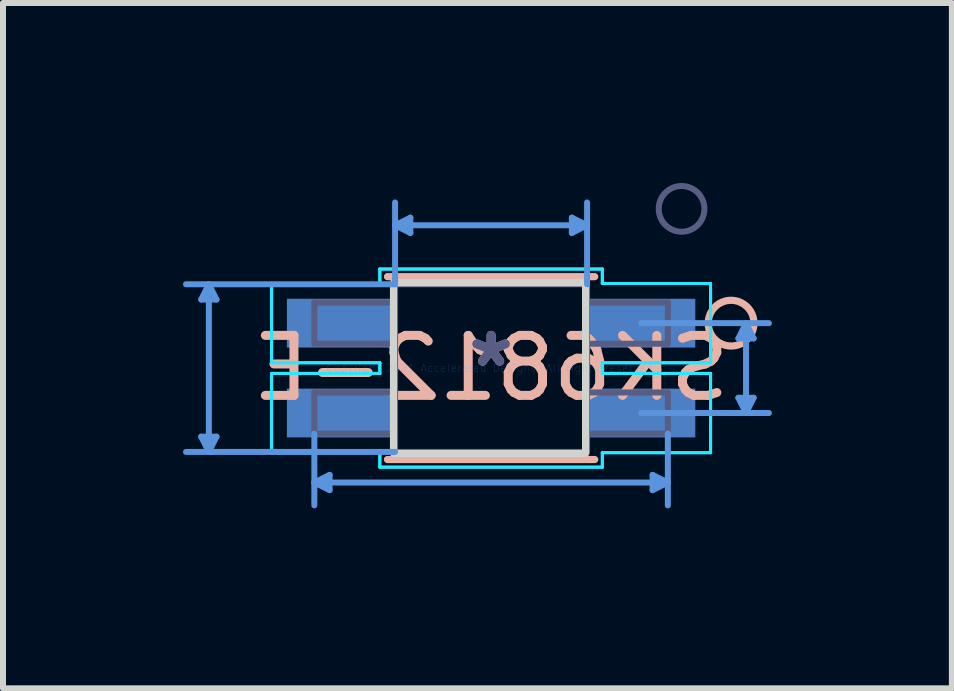
<source format=kicad_pcb>
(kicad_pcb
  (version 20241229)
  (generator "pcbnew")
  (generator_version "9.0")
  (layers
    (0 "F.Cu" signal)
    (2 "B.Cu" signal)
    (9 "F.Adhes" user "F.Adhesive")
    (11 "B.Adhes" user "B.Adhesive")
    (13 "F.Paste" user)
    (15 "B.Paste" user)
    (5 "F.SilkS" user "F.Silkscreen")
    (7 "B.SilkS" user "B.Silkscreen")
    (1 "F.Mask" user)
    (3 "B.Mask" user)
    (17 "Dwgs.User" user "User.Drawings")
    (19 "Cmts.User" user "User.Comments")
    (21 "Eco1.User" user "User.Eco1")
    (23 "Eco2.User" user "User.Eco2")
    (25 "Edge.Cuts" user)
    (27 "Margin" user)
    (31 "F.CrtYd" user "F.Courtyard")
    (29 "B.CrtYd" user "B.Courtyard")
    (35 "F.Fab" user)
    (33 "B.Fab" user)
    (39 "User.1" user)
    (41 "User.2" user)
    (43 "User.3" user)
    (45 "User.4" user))
  (footprint "SK6812-E"
    (layer "F.Cu")
    (at 5.135 3.085)
    (property "Reference" "SK6812-E" (at 0 0 0) (layer "B.SilkS") (effects (font (size 1 1) (thickness 0.15)) (justify mirror)))
    (attr through_hole)
    (fp_line (start -1.727 1.524) (end 1.727 1.524) (stroke (width 0.12) (type solid)) (layer "B.SilkS"))
    (fp_line (start 1.727 -1.524) (end -1.727 -1.524) (stroke (width 0.12) (type solid)) (layer "B.SilkS"))
    (fp_circle (center 4 -0.749) (end 4.381 -0.749) (stroke (width 0.12) (type solid)) (fill no) (layer "B.SilkS"))
    (fp_line (start -4.831 -1.143) (end -4.704 -1.397) (stroke (width 0.1) (type solid)) (layer "Cmts.User"))
    (fp_line (start -4.831 1.143) (end -4.704 1.397) (stroke (width 0.1) (type solid)) (layer "Cmts.User"))
    (fp_line (start -4.831 1.143) (end -4.577 1.143) (stroke (width 0.1) (type solid)) (layer "Cmts.User"))
    (fp_line (start -4.704 -1.397) (end -4.704 1.397) (stroke (width 0.1) (type solid)) (layer "Cmts.User"))
    (fp_line (start -4.577 -1.143) (end -4.831 -1.143) (stroke (width 0.1) (type solid)) (layer "Cmts.User"))
    (fp_line (start -4.577 -1.143) (end -4.704 -1.397) (stroke (width 0.1) (type solid)) (layer "Cmts.User"))
    (fp_line (start -4.577 1.143) (end -4.704 1.397) (stroke (width 0.1) (type solid)) (layer "Cmts.User"))
    (fp_line (start -2.946 1.092) (end -2.946 2.288) (stroke (width 0.1) (type solid)) (layer "Cmts.User"))
    (fp_line (start -2.692 1.78) (end -2.946 1.907) (stroke (width 0.1) (type solid)) (layer "Cmts.User"))
    (fp_line (start -2.692 1.78) (end -2.692 2.034) (stroke (width 0.1) (type solid)) (layer "Cmts.User"))
    (fp_line (start -2.692 2.034) (end -2.946 1.907) (stroke (width 0.1) (type solid)) (layer "Cmts.User"))
    (fp_line (start -1.6 -1.397) (end -5.085 -1.397) (stroke (width 0.1) (type solid)) (layer "Cmts.User"))
    (fp_line (start -1.6 -1.397) (end -1.6 -2.761) (stroke (width 0.1) (type solid)) (layer "Cmts.User"))
    (fp_line (start -1.6 1.397) (end -5.085 1.397) (stroke (width 0.1) (type solid)) (layer "Cmts.User"))
    (fp_line (start -1.346 -2.507) (end -1.6 -2.38) (stroke (width 0.1) (type solid)) (layer "Cmts.User"))
    (fp_line (start -1.346 -2.507) (end -1.346 -2.253) (stroke (width 0.1) (type solid)) (layer "Cmts.User"))
    (fp_line (start -1.346 -2.253) (end -1.6 -2.38) (stroke (width 0.1) (type solid)) (layer "Cmts.User"))
    (fp_line (start 1.346 -2.507) (end 1.6 -2.38) (stroke (width 0.1) (type solid)) (layer "Cmts.User"))
    (fp_line (start 1.346 -2.253) (end 1.346 -2.507) (stroke (width 0.1) (type solid)) (layer "Cmts.User"))
    (fp_line (start 1.346 -2.253) (end 1.6 -2.38) (stroke (width 0.1) (type solid)) (layer "Cmts.User"))
    (fp_line (start 1.6 -1.397) (end 1.6 -2.761) (stroke (width 0.1) (type solid)) (layer "Cmts.User"))
    (fp_line (start 1.6 -2.38) (end -1.6 -2.38) (stroke (width 0.1) (type solid)) (layer "Cmts.User"))
    (fp_line (start 2.502 -0.749) (end 4.63 -0.749) (stroke (width 0.1) (type solid)) (layer "Cmts.User"))
    (fp_line (start 2.502 0.749) (end 4.63 0.749) (stroke (width 0.1) (type solid)) (layer "Cmts.User"))
    (fp_line (start 2.692 1.78) (end 2.946 1.907) (stroke (width 0.1) (type solid)) (layer "Cmts.User"))
    (fp_line (start 2.692 2.034) (end 2.692 1.78) (stroke (width 0.1) (type solid)) (layer "Cmts.User"))
    (fp_line (start 2.692 2.034) (end 2.946 1.907) (stroke (width 0.1) (type solid)) (layer "Cmts.User"))
    (fp_line (start 2.946 1.092) (end 2.946 2.288) (stroke (width 0.1) (type solid)) (layer "Cmts.User"))
    (fp_line (start 2.946 1.907) (end -2.946 1.907) (stroke (width 0.1) (type solid)) (layer "Cmts.User"))
    (fp_line (start 4.122 -0.495) (end 4.249 -0.749) (stroke (width 0.1) (type solid)) (layer "Cmts.User"))
    (fp_line (start 4.122 0.495) (end 4.249 0.749) (stroke (width 0.1) (type solid)) (layer "Cmts.User"))
    (fp_line (start 4.122 0.495) (end 4.376 0.495) (stroke (width 0.1) (type solid)) (layer "Cmts.User"))
    (fp_line (start 4.249 -0.749) (end 4.249 0.749) (stroke (width 0.1) (type solid)) (layer "Cmts.User"))
    (fp_line (start 4.376 -0.495) (end 4.122 -0.495) (stroke (width 0.1) (type solid)) (layer "Cmts.User"))
    (fp_line (start 4.376 -0.495) (end 4.249 -0.749) (stroke (width 0.1) (type solid)) (layer "Cmts.User"))
    (fp_line (start 4.376 0.495) (end 4.249 0.749) (stroke (width 0.1) (type solid)) (layer "Cmts.User"))
    (fp_rect (start -1.626 -1.422) (end 1.575 1.422) (stroke (width 0.12) (type default)) (fill no) (layer "Edge.Cuts"))
    (fp_line (start -3.658 -1.41) (end -1.854 -1.41) (stroke (width 0.05) (type solid)) (layer "B.CrtYd"))
    (fp_line (start -3.658 -1.41) (end -1.854 -1.41) (stroke (width 0.05) (type solid)) (layer "B.CrtYd"))
    (fp_line (start -3.658 -0.089) (end -3.658 -1.41) (stroke (width 0.05) (type solid)) (layer "B.CrtYd"))
    (fp_line (start -3.658 -0.089) (end -3.658 -1.41) (stroke (width 0.05) (type solid)) (layer "B.CrtYd"))
    (fp_line (start -3.658 0.089) (end -1.854 0.089) (stroke (width 0.05) (type solid)) (layer "B.CrtYd"))
    (fp_line (start -3.658 0.089) (end -1.854 0.089) (stroke (width 0.05) (type solid)) (layer "B.CrtYd"))
    (fp_line (start -3.658 1.41) (end -3.658 0.089) (stroke (width 0.05) (type solid)) (layer "B.CrtYd"))
    (fp_line (start -3.658 1.41) (end -3.658 0.089) (stroke (width 0.05) (type solid)) (layer "B.CrtYd"))
    (fp_line (start -1.854 -1.651) (end 1.854 -1.651) (stroke (width 0.05) (type solid)) (layer "B.CrtYd"))
    (fp_line (start -1.854 -1.651) (end 1.854 -1.651) (stroke (width 0.05) (type solid)) (layer "B.CrtYd"))
    (fp_line (start -1.854 -1.41) (end -1.854 -1.651) (stroke (width 0.05) (type solid)) (layer "B.CrtYd"))
    (fp_line (start -1.854 -1.41) (end -1.854 -1.651) (stroke (width 0.05) (type solid)) (layer "B.CrtYd"))
    (fp_line (start -1.854 -0.089) (end -3.658 -0.089) (stroke (width 0.05) (type solid)) (layer "B.CrtYd"))
    (fp_line (start -1.854 -0.089) (end -3.658 -0.089) (stroke (width 0.05) (type solid)) (layer "B.CrtYd"))
    (fp_line (start -1.854 0.089) (end -1.854 -0.089) (stroke (width 0.05) (type solid)) (layer "B.CrtYd"))
    (fp_line (start -1.854 0.089) (end -1.854 -0.089) (stroke (width 0.05) (type solid)) (layer "B.CrtYd"))
    (fp_line (start -1.854 1.41) (end -3.658 1.41) (stroke (width 0.05) (type solid)) (layer "B.CrtYd"))
    (fp_line (start -1.854 1.41) (end -3.658 1.41) (stroke (width 0.05) (type solid)) (layer "B.CrtYd"))
    (fp_line (start -1.854 1.651) (end -1.854 1.41) (stroke (width 0.05) (type solid)) (layer "B.CrtYd"))
    (fp_line (start -1.854 1.651) (end -1.854 1.41) (stroke (width 0.05) (type solid)) (layer "B.CrtYd"))
    (fp_line (start 1.854 -1.651) (end 1.854 -1.41) (stroke (width 0.05) (type solid)) (layer "B.CrtYd"))
    (fp_line (start 1.854 -1.651) (end 1.854 -1.41) (stroke (width 0.05) (type solid)) (layer "B.CrtYd"))
    (fp_line (start 1.854 -1.41) (end 3.658 -1.41) (stroke (width 0.05) (type solid)) (layer "B.CrtYd"))
    (fp_line (start 1.854 -1.41) (end 3.658 -1.41) (stroke (width 0.05) (type solid)) (layer "B.CrtYd"))
    (fp_line (start 1.854 -0.089) (end 1.854 0.089) (stroke (width 0.05) (type solid)) (layer "B.CrtYd"))
    (fp_line (start 1.854 -0.089) (end 1.854 0.089) (stroke (width 0.05) (type solid)) (layer "B.CrtYd"))
    (fp_line (start 1.854 0.089) (end 3.658 0.089) (stroke (width 0.05) (type solid)) (layer "B.CrtYd"))
    (fp_line (start 1.854 0.089) (end 3.658 0.089) (stroke (width 0.05) (type solid)) (layer "B.CrtYd"))
    (fp_line (start 1.854 1.41) (end 1.854 1.651) (stroke (width 0.05) (type solid)) (layer "B.CrtYd"))
    (fp_line (start 1.854 1.41) (end 1.854 1.651) (stroke (width 0.05) (type solid)) (layer "B.CrtYd"))
    (fp_line (start 1.854 1.651) (end -1.854 1.651) (stroke (width 0.05) (type solid)) (layer "B.CrtYd"))
    (fp_line (start 1.854 1.651) (end -1.854 1.651) (stroke (width 0.05) (type solid)) (layer "B.CrtYd"))
    (fp_line (start 3.658 -1.41) (end 3.658 -0.089) (stroke (width 0.05) (type solid)) (layer "B.CrtYd"))
    (fp_line (start 3.658 -1.41) (end 3.658 -0.089) (stroke (width 0.05) (type solid)) (layer "B.CrtYd"))
    (fp_line (start 3.658 -0.089) (end 1.854 -0.089) (stroke (width 0.05) (type solid)) (layer "B.CrtYd"))
    (fp_line (start 3.658 -0.089) (end 1.854 -0.089) (stroke (width 0.05) (type solid)) (layer "B.CrtYd"))
    (fp_line (start 3.658 0.089) (end 3.658 1.41) (stroke (width 0.05) (type solid)) (layer "B.CrtYd"))
    (fp_line (start 3.658 0.089) (end 3.658 1.41) (stroke (width 0.05) (type solid)) (layer "B.CrtYd"))
    (fp_line (start 3.658 1.41) (end 1.854 1.41) (stroke (width 0.05) (type solid)) (layer "B.CrtYd"))
    (fp_line (start 3.658 1.41) (end 1.854 1.41) (stroke (width 0.05) (type solid)) (layer "B.CrtYd"))
    (fp_line (start -2.946 -1.092) (end -1.6 -1.092) (stroke (width 0.1) (type solid)) (layer "B.Fab"))
    (fp_line (start -2.946 -0.406) (end -2.946 -1.092) (stroke (width 0.1) (type solid)) (layer "B.Fab"))
    (fp_line (start -2.946 0.406) (end -1.6 0.406) (stroke (width 0.1) (type solid)) (layer "B.Fab"))
    (fp_line (start -2.946 1.092) (end -2.946 0.406) (stroke (width 0.1) (type solid)) (layer "B.Fab"))
    (fp_line (start -1.6 -1.397) (end 1.6 -1.397) (stroke (width 0.1) (type solid)) (layer "B.Fab"))
    (fp_line (start -1.6 -0.406) (end -2.946 -0.406) (stroke (width 0.1) (type solid)) (layer "B.Fab"))
    (fp_line (start -1.6 1.092) (end -2.946 1.092) (stroke (width 0.1) (type solid)) (layer "B.Fab"))
    (fp_line (start -1.6 1.397) (end -1.6 -1.397) (stroke (width 0.1) (type solid)) (layer "B.Fab"))
    (fp_line (start 1.6 -1.397) (end 1.6 1.397) (stroke (width 0.1) (type solid)) (layer "B.Fab"))
    (fp_line (start 1.6 -1.092) (end 2.946 -1.092) (stroke (width 0.1) (type solid)) (layer "B.Fab"))
    (fp_line (start 1.6 0.406) (end 2.946 0.406) (stroke (width 0.1) (type solid)) (layer "B.Fab"))
    (fp_line (start 1.6 1.397) (end -1.6 1.397) (stroke (width 0.1) (type solid)) (layer "B.Fab"))
    (fp_line (start 2.946 -1.092) (end 2.946 -0.406) (stroke (width 0.1) (type solid)) (layer "B.Fab"))
    (fp_line (start 2.946 -0.406) (end 1.6 -0.406) (stroke (width 0.1) (type solid)) (layer "B.Fab"))
    (fp_line (start 2.946 0.406) (end 2.946 1.092) (stroke (width 0.1) (type solid)) (layer "B.Fab"))
    (fp_line (start 2.946 1.092) (end 1.6 1.092) (stroke (width 0.1) (type solid)) (layer "B.Fab"))
    (fp_circle (center 3.175 -2.654) (end 2.794 -2.654) (stroke (width 0.1) (type solid)) (fill no) (layer "B.Fab"))
    (fp_text user "*" (at 0 0 0) (layer "B.SilkS") (effects (font (size 1 1) (thickness 0.15)) (justify mirror)))
    (fp_text user "Copyright 2021 Accelerated Designs. All rights reserved." (at 0 0 0) (layer "Cmts.User") (effects (font (size 0.127 0.127) (thickness 0.002))))
    (fp_text user "*" (at 0 0 0) (layer "B.Fab") (effects (font (size 1 1) (thickness 0.15)) (justify mirror)))
    (pad "1" smd rect (at 2.502 -0.749) (size 1.803 0.813) (layers "B.Cu" "B.Mask" "B.Paste"))
    (pad "2" smd rect (at 2.502 0.749) (size 1.803 0.813) (layers "B.Cu" "B.Mask" "B.Paste"))
    (pad "3" smd rect (at -2.502 0.749) (size 1.803 0.813) (layers "B.Cu" "B.Mask" "B.Paste"))
    (pad "4" smd rect (at -2.502 -0.749) (size 1.803 0.813) (layers "B.Cu" "B.Mask" "B.Paste")))
  (gr_rect
    (start -3 -3)
    (end 12.815 8.423)
    (stroke (width 0.1) (type default))
    (fill no)
    (layer "Edge.Cuts")))
</source>
